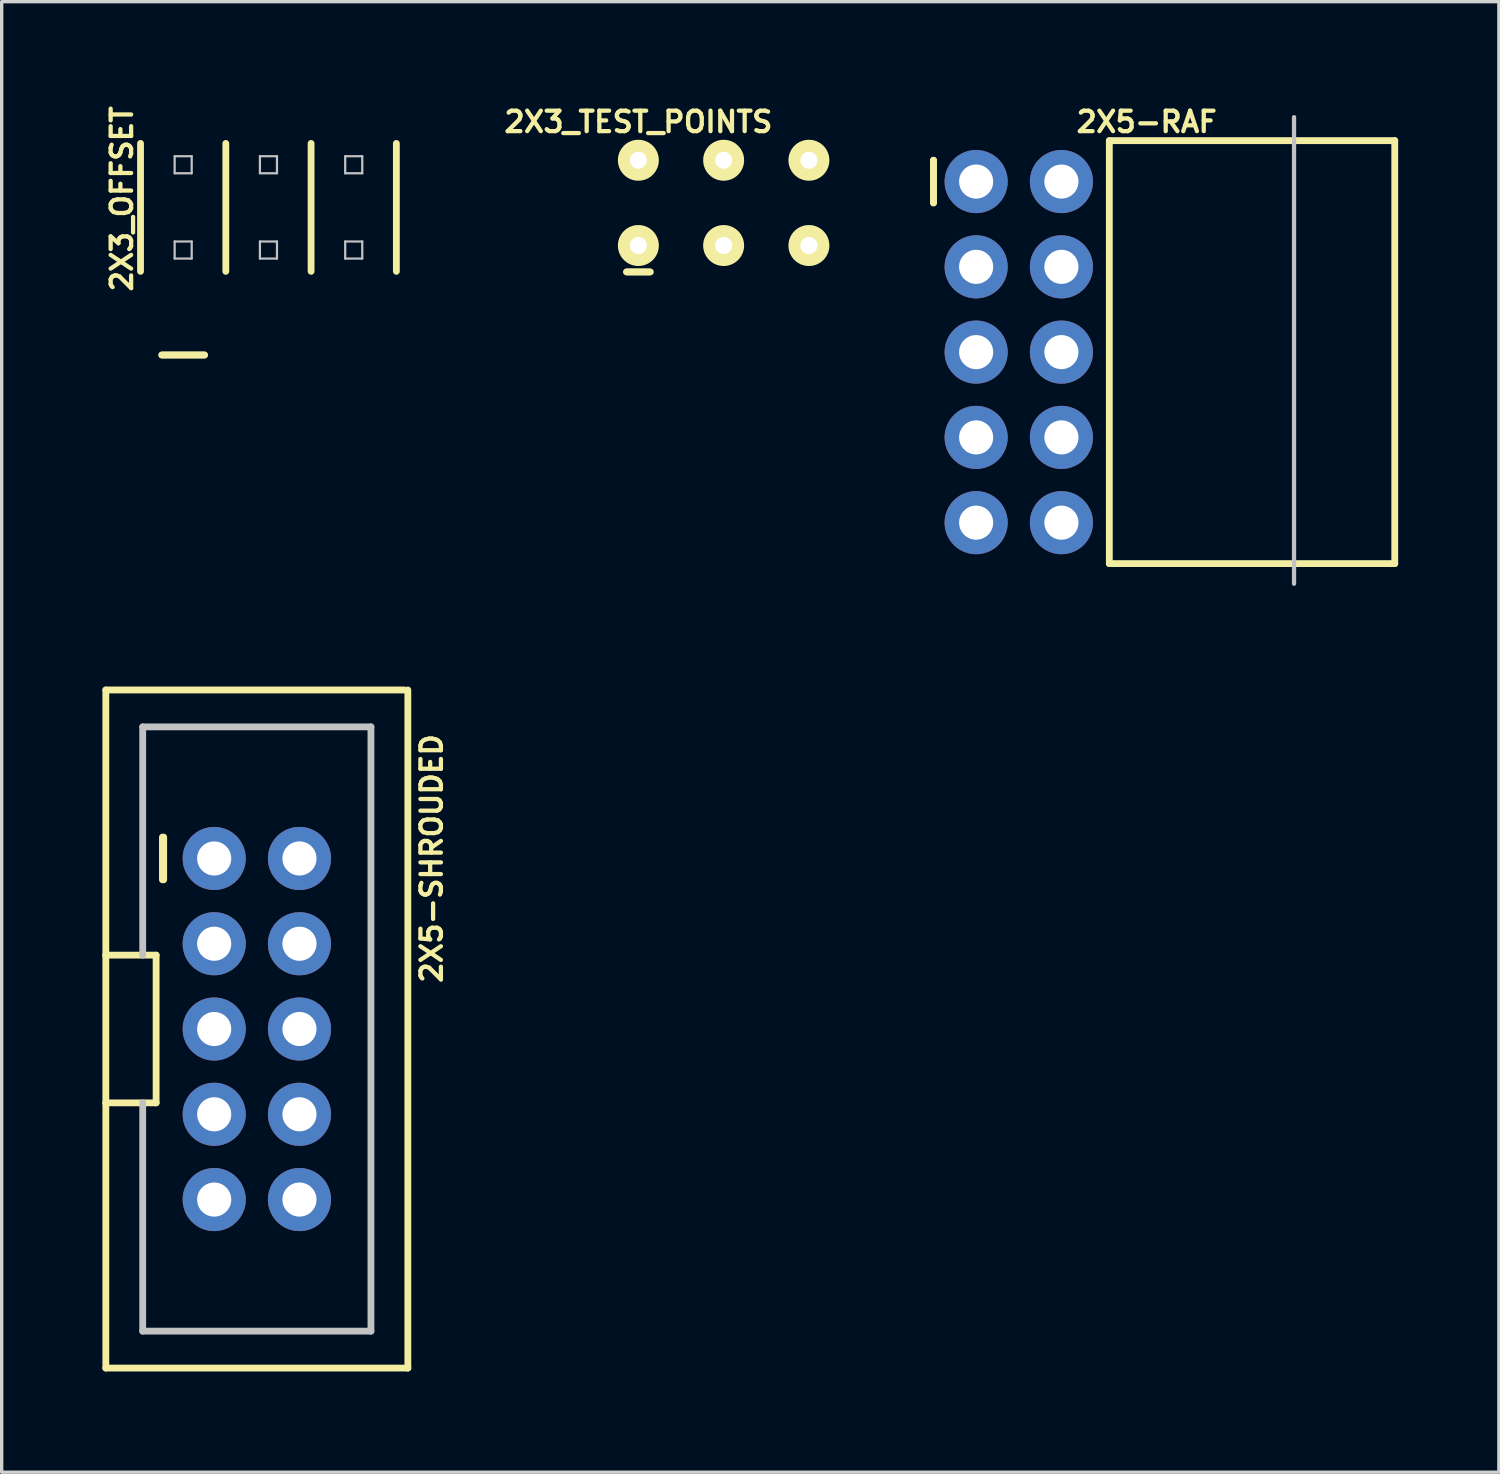
<source format=kicad_pcb>
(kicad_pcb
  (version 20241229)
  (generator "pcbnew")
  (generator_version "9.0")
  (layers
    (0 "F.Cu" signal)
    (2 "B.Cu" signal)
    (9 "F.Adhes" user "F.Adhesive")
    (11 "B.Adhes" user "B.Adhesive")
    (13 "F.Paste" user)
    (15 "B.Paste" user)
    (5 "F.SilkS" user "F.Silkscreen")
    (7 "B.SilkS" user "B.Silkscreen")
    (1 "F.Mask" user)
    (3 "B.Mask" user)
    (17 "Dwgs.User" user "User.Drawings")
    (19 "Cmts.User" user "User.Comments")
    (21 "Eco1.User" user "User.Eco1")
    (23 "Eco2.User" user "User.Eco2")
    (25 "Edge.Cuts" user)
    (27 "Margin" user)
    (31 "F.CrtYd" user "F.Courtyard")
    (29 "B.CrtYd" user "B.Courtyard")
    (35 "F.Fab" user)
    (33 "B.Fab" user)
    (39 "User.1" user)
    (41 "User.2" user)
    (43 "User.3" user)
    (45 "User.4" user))
  (footprint "2X3_OFFSET"
    (layer "F.Cu")
    (at 4.946 3.127)
    (property "Reference" "2X3_OFFSET" (at -4.366 -0.254 90) (layer "F.SilkS") (effects (font (size 0.61 0.61) (thickness 0.127))))
    (attr exclude_from_pos_files exclude_from_bom)
    (fp_line (start -3.81 1.905) (end -3.81 -1.905) (stroke (width 0.203) (type solid)) (layer "F.SilkS"))
    (fp_line (start -3.175 4.397) (end -1.905 4.397) (stroke (width 0.203) (type solid)) (layer "F.SilkS"))
    (fp_line (start -1.905 4.397) (end -3.175 4.397) (stroke (width 0.203) (type solid)) (layer "F.SilkS"))
    (fp_line (start -1.27 -1.905) (end -1.27 1.905) (stroke (width 0.203) (type solid)) (layer "F.SilkS"))
    (fp_line (start 1.27 -1.905) (end 1.27 1.905) (stroke (width 0.203) (type solid)) (layer "F.SilkS"))
    (fp_line (start 3.81 -1.905) (end 3.81 1.905) (stroke (width 0.203) (type solid)) (layer "F.SilkS"))
    (fp_line (start -2.794 -1.524) (end -2.286 -1.524) (stroke (width 0.066) (type solid)) (layer "Dwgs.User"))
    (fp_line (start -2.794 -1.016) (end -2.794 -1.524) (stroke (width 0.066) (type solid)) (layer "Dwgs.User"))
    (fp_line (start -2.794 -1.016) (end -2.286 -1.016) (stroke (width 0.066) (type solid)) (layer "Dwgs.User"))
    (fp_line (start -2.794 1.016) (end -2.286 1.016) (stroke (width 0.066) (type solid)) (layer "Dwgs.User"))
    (fp_line (start -2.794 1.524) (end -2.794 1.016) (stroke (width 0.066) (type solid)) (layer "Dwgs.User"))
    (fp_line (start -2.794 1.524) (end -2.286 1.524) (stroke (width 0.066) (type solid)) (layer "Dwgs.User"))
    (fp_line (start -2.286 -1.016) (end -2.286 -1.524) (stroke (width 0.066) (type solid)) (layer "Dwgs.User"))
    (fp_line (start -2.286 1.524) (end -2.286 1.016) (stroke (width 0.066) (type solid)) (layer "Dwgs.User"))
    (fp_line (start -0.254 -1.524) (end 0.254 -1.524) (stroke (width 0.066) (type solid)) (layer "Dwgs.User"))
    (fp_line (start -0.254 -1.016) (end -0.254 -1.524) (stroke (width 0.066) (type solid)) (layer "Dwgs.User"))
    (fp_line (start -0.254 -1.016) (end 0.254 -1.016) (stroke (width 0.066) (type solid)) (layer "Dwgs.User"))
    (fp_line (start -0.254 1.016) (end 0.254 1.016) (stroke (width 0.066) (type solid)) (layer "Dwgs.User"))
    (fp_line (start -0.254 1.524) (end -0.254 1.016) (stroke (width 0.066) (type solid)) (layer "Dwgs.User"))
    (fp_line (start -0.254 1.524) (end 0.254 1.524) (stroke (width 0.066) (type solid)) (layer "Dwgs.User"))
    (fp_line (start 0.254 -1.016) (end 0.254 -1.524) (stroke (width 0.066) (type solid)) (layer "Dwgs.User"))
    (fp_line (start 0.254 1.524) (end 0.254 1.016) (stroke (width 0.066) (type solid)) (layer "Dwgs.User"))
    (fp_line (start 2.286 -1.524) (end 2.794 -1.524) (stroke (width 0.066) (type solid)) (layer "Dwgs.User"))
    (fp_line (start 2.286 -1.016) (end 2.286 -1.524) (stroke (width 0.066) (type solid)) (layer "Dwgs.User"))
    (fp_line (start 2.286 -1.016) (end 2.794 -1.016) (stroke (width 0.066) (type solid)) (layer "Dwgs.User"))
    (fp_line (start 2.286 1.016) (end 2.794 1.016) (stroke (width 0.066) (type solid)) (layer "Dwgs.User"))
    (fp_line (start 2.286 1.524) (end 2.286 1.016) (stroke (width 0.066) (type solid)) (layer "Dwgs.User"))
    (fp_line (start 2.286 1.524) (end 2.794 1.524) (stroke (width 0.066) (type solid)) (layer "Dwgs.User"))
    (fp_line (start 2.794 -1.016) (end 2.794 -1.524) (stroke (width 0.066) (type solid)) (layer "Dwgs.User"))
    (fp_line (start 2.794 1.524) (end 2.794 1.016) (stroke (width 0.066) (type solid)) (layer "Dwgs.User"))
    (pad "1" thru_hole rect (at -2.54 1.27) (size 0.001 0.001) (drill 1.118) (layers "*.Cu" "*.Mask"))
    (pad "2" thru_hole rect (at -2.54 -1.27) (size 0.001 0.001) (drill 1.118) (layers "*.Cu" "*.Mask"))
    (pad "3" thru_hole rect (at 0 1.27) (size 0.001 0.001) (drill 1.118) (layers "*.Cu" "*.Mask"))
    (pad "4" thru_hole rect (at 0 -1.27) (size 0.001 0.001) (drill 1.118) (layers "*.Cu" "*.Mask"))
    (pad "5" thru_hole rect (at 2.54 1.27) (size 0.001 0.001) (drill 1.118) (layers "*.Cu" "*.Mask"))
    (pad "6" thru_hole rect (at 2.54 -1.27) (size 0.001 0.001) (drill 1.118) (layers "*.Cu" "*.Mask")))
  (footprint "2X5-SHROUDED"
    (layer "F.Cu")
    (at 4.6 27.6)
    (property "Reference" "2X5-SHROUDED" (at 5.207 -5.08 90) (layer "F.SilkS") (effects (font (size 0.61 0.61) (thickness 0.127))))
    (attr exclude_from_pos_files exclude_from_bom)
    (fp_line (start -4.498 -10.099) (end 4.399 -10.099) (stroke (width 0.203) (type solid)) (layer "F.SilkS"))
    (fp_line (start -4.498 -2.2) (end -4.498 -10.099) (stroke (width 0.203) (type solid)) (layer "F.SilkS"))
    (fp_line (start -4.498 -2.2) (end -3 -2.2) (stroke (width 0.203) (type solid)) (layer "F.SilkS"))
    (fp_line (start -4.498 2.2) (end -4.498 -2.2) (stroke (width 0.203) (type solid)) (layer "F.SilkS"))
    (fp_line (start -4.498 10.099) (end -4.498 2.2) (stroke (width 0.203) (type solid)) (layer "F.SilkS"))
    (fp_line (start -3 -2.2) (end -3 2.2) (stroke (width 0.203) (type solid)) (layer "F.SilkS"))
    (fp_line (start -3 2.2) (end -4.498 2.2) (stroke (width 0.203) (type solid)) (layer "F.SilkS"))
    (fp_line (start -2.812 -5.715) (end -2.812 -4.445) (stroke (width 0.203) (type solid)) (layer "F.SilkS"))
    (fp_line (start -2.774 -5.715) (end -2.774 -4.445) (stroke (width 0.203) (type solid)) (layer "F.SilkS"))
    (fp_line (start 4.498 -10.099) (end 4.498 10.099) (stroke (width 0.203) (type solid)) (layer "F.SilkS"))
    (fp_line (start 4.498 10.099) (end -4.498 10.099) (stroke (width 0.203) (type solid)) (layer "F.SilkS"))
    (fp_line (start -3.399 -8.999) (end -3.399 -2.2) (stroke (width 0.203) (type solid)) (layer "Dwgs.User"))
    (fp_line (start -3.399 -8.999) (end 3.399 -8.999) (stroke (width 0.203) (type solid)) (layer "Dwgs.User"))
    (fp_line (start -3.399 8.999) (end -3.399 2.2) (stroke (width 0.203) (type solid)) (layer "Dwgs.User"))
    (fp_line (start -3.399 8.999) (end 3.399 8.999) (stroke (width 0.203) (type solid)) (layer "Dwgs.User"))
    (fp_line (start -1.524 -5.334) (end -1.016 -5.334) (stroke (width 0.066) (type solid)) (layer "Dwgs.User"))
    (fp_line (start -1.524 -4.826) (end -1.524 -5.334) (stroke (width 0.066) (type solid)) (layer "Dwgs.User"))
    (fp_line (start -1.524 -4.826) (end -1.016 -4.826) (stroke (width 0.066) (type solid)) (layer "Dwgs.User"))
    (fp_line (start -1.524 -2.794) (end -1.016 -2.794) (stroke (width 0.066) (type solid)) (layer "Dwgs.User"))
    (fp_line (start -1.524 -2.286) (end -1.524 -2.794) (stroke (width 0.066) (type solid)) (layer "Dwgs.User"))
    (fp_line (start -1.524 -2.286) (end -1.016 -2.286) (stroke (width 0.066) (type solid)) (layer "Dwgs.User"))
    (fp_line (start -1.524 -0.254) (end -1.016 -0.254) (stroke (width 0.066) (type solid)) (layer "Dwgs.User"))
    (fp_line (start -1.524 0.254) (end -1.524 -0.254) (stroke (width 0.066) (type solid)) (layer "Dwgs.User"))
    (fp_line (start -1.524 0.254) (end -1.016 0.254) (stroke (width 0.066) (type solid)) (layer "Dwgs.User"))
    (fp_line (start -1.524 2.286) (end -1.016 2.286) (stroke (width 0.066) (type solid)) (layer "Dwgs.User"))
    (fp_line (start -1.524 2.286) (end -1.016 2.286) (stroke (width 0.066) (type solid)) (layer "Dwgs.User"))
    (fp_line (start -1.524 2.794) (end -1.524 2.286) (stroke (width 0.066) (type solid)) (layer "Dwgs.User"))
    (fp_line (start -1.524 2.794) (end -1.524 2.286) (stroke (width 0.066) (type solid)) (layer "Dwgs.User"))
    (fp_line (start -1.524 2.794) (end -1.016 2.794) (stroke (width 0.066) (type solid)) (layer "Dwgs.User"))
    (fp_line (start -1.524 2.794) (end -1.016 2.794) (stroke (width 0.066) (type solid)) (layer "Dwgs.User"))
    (fp_line (start -1.524 4.826) (end -1.016 4.826) (stroke (width 0.066) (type solid)) (layer "Dwgs.User"))
    (fp_line (start -1.524 5.334) (end -1.524 4.826) (stroke (width 0.066) (type solid)) (layer "Dwgs.User"))
    (fp_line (start -1.524 5.334) (end -1.016 5.334) (stroke (width 0.066) (type solid)) (layer "Dwgs.User"))
    (fp_line (start -1.016 -4.826) (end -1.016 -5.334) (stroke (width 0.066) (type solid)) (layer "Dwgs.User"))
    (fp_line (start -1.016 -2.286) (end -1.016 -2.794) (stroke (width 0.066) (type solid)) (layer "Dwgs.User"))
    (fp_line (start -1.016 0.254) (end -1.016 -0.254) (stroke (width 0.066) (type solid)) (layer "Dwgs.User"))
    (fp_line (start -1.016 2.794) (end -1.016 2.286) (stroke (width 0.066) (type solid)) (layer "Dwgs.User"))
    (fp_line (start -1.016 2.794) (end -1.016 2.286) (stroke (width 0.066) (type solid)) (layer "Dwgs.User"))
    (fp_line (start -1.016 5.334) (end -1.016 4.826) (stroke (width 0.066) (type solid)) (layer "Dwgs.User"))
    (fp_line (start 1.016 -5.334) (end 1.524 -5.334) (stroke (width 0.066) (type solid)) (layer "Dwgs.User"))
    (fp_line (start 1.016 -4.826) (end 1.016 -5.334) (stroke (width 0.066) (type solid)) (layer "Dwgs.User"))
    (fp_line (start 1.016 -4.826) (end 1.524 -4.826) (stroke (width 0.066) (type solid)) (layer "Dwgs.User"))
    (fp_line (start 1.016 -2.794) (end 1.524 -2.794) (stroke (width 0.066) (type solid)) (layer "Dwgs.User"))
    (fp_line (start 1.016 -2.286) (end 1.016 -2.794) (stroke (width 0.066) (type solid)) (layer "Dwgs.User"))
    (fp_line (start 1.016 -2.286) (end 1.524 -2.286) (stroke (width 0.066) (type solid)) (layer "Dwgs.User"))
    (fp_line (start 1.016 -0.254) (end 1.524 -0.254) (stroke (width 0.066) (type solid)) (layer "Dwgs.User"))
    (fp_line (start 1.016 0.254) (end 1.016 -0.254) (stroke (width 0.066) (type solid)) (layer "Dwgs.User"))
    (fp_line (start 1.016 0.254) (end 1.524 0.254) (stroke (width 0.066) (type solid)) (layer "Dwgs.User"))
    (fp_line (start 1.016 2.286) (end 1.524 2.286) (stroke (width 0.066) (type solid)) (layer "Dwgs.User"))
    (fp_line (start 1.016 2.286) (end 1.524 2.286) (stroke (width 0.066) (type solid)) (layer "Dwgs.User"))
    (fp_line (start 1.016 2.794) (end 1.016 2.286) (stroke (width 0.066) (type solid)) (layer "Dwgs.User"))
    (fp_line (start 1.016 2.794) (end 1.016 2.286) (stroke (width 0.066) (type solid)) (layer "Dwgs.User"))
    (fp_line (start 1.016 2.794) (end 1.524 2.794) (stroke (width 0.066) (type solid)) (layer "Dwgs.User"))
    (fp_line (start 1.016 2.794) (end 1.524 2.794) (stroke (width 0.066) (type solid)) (layer "Dwgs.User"))
    (fp_line (start 1.016 4.826) (end 1.524 4.826) (stroke (width 0.066) (type solid)) (layer "Dwgs.User"))
    (fp_line (start 1.016 5.334) (end 1.016 4.826) (stroke (width 0.066) (type solid)) (layer "Dwgs.User"))
    (fp_line (start 1.016 5.334) (end 1.524 5.334) (stroke (width 0.066) (type solid)) (layer "Dwgs.User"))
    (fp_line (start 1.524 -4.826) (end 1.524 -5.334) (stroke (width 0.066) (type solid)) (layer "Dwgs.User"))
    (fp_line (start 1.524 -2.286) (end 1.524 -2.794) (stroke (width 0.066) (type solid)) (layer "Dwgs.User"))
    (fp_line (start 1.524 0.254) (end 1.524 -0.254) (stroke (width 0.066) (type solid)) (layer "Dwgs.User"))
    (fp_line (start 1.524 2.794) (end 1.524 2.286) (stroke (width 0.066) (type solid)) (layer "Dwgs.User"))
    (fp_line (start 1.524 2.794) (end 1.524 2.286) (stroke (width 0.066) (type solid)) (layer "Dwgs.User"))
    (fp_line (start 1.524 5.334) (end 1.524 4.826) (stroke (width 0.066) (type solid)) (layer "Dwgs.User"))
    (fp_line (start 3.399 -8.999) (end 3.399 8.999) (stroke (width 0.203) (type solid)) (layer "Dwgs.User"))
    (pad "1" thru_hole circle (at -1.27 -5.08) (size 1.88 1.88) (drill 1.016) (layers "*.Cu" "*.Mask"))
    (pad "2" thru_hole circle (at 1.27 -5.08) (size 1.88 1.88) (drill 1.016) (layers "*.Cu" "*.Mask"))
    (pad "3" thru_hole circle (at -1.27 -2.54) (size 1.88 1.88) (drill 1.016) (layers "*.Cu" "*.Mask"))
    (pad "4" thru_hole circle (at 1.27 -2.54) (size 1.88 1.88) (drill 1.016) (layers "*.Cu" "*.Mask"))
    (pad "5" thru_hole circle (at -1.27 0) (size 1.88 1.88) (drill 1.016) (layers "*.Cu" "*.Mask"))
    (pad "6" thru_hole circle (at 1.27 0) (size 1.88 1.88) (drill 1.016) (layers "*.Cu" "*.Mask"))
    (pad "7" thru_hole circle (at -1.27 2.54) (size 1.88 1.88) (drill 1.016) (layers "*.Cu" "*.Mask"))
    (pad "8" thru_hole circle (at 1.27 2.54) (size 1.88 1.88) (drill 1.016) (layers "*.Cu" "*.Mask"))
    (pad "9" thru_hole circle (at -1.27 5.08) (size 1.88 1.88) (drill 1.016) (layers "*.Cu" "*.Mask"))
    (pad "10" thru_hole circle (at 1.27 5.08) (size 1.88 1.88) (drill 1.016) (layers "*.Cu" "*.Mask")))
  (footprint "2X5-RAF"
    (layer "F.Cu")
    (at 27.295 7.438)
    (property "Reference" "2X5-RAF" (at 3.81 -6.858 0) (layer "F.SilkS") (effects (font (size 0.61 0.61) (thickness 0.127))))
    (attr exclude_from_pos_files exclude_from_bom)
    (fp_line (start -2.54 -5.715) (end -2.54 -4.445) (stroke (width 0.203) (type solid)) (layer "F.SilkS"))
    (fp_line (start -2.54 -5.715) (end -2.54 -4.445) (stroke (width 0.203) (type solid)) (layer "F.SilkS"))
    (fp_line (start 2.697 -6.299) (end 11.199 -6.299) (stroke (width 0.203) (type solid)) (layer "F.SilkS"))
    (fp_line (start 2.697 6.299) (end 2.697 -6.299) (stroke (width 0.203) (type solid)) (layer "F.SilkS"))
    (fp_line (start 11.199 -6.299) (end 11.199 6.299) (stroke (width 0.203) (type solid)) (layer "F.SilkS"))
    (fp_line (start 11.199 6.299) (end 2.697 6.299) (stroke (width 0.203) (type solid)) (layer "F.SilkS"))
    (fp_line (start 8.199 -6.998) (end 8.199 6.899) (stroke (width 0.127) (type solid)) (layer "Dwgs.User"))
    (pad "1" thru_hole circle (at -1.27 -5.08) (size 1.88 1.88) (drill 1.016) (layers "*.Cu" "*.Mask"))
    (pad "2" thru_hole circle (at 1.27 -5.08) (size 1.88 1.88) (drill 1.016) (layers "*.Cu" "*.Mask"))
    (pad "3" thru_hole circle (at -1.27 -2.54) (size 1.88 1.88) (drill 1.016) (layers "*.Cu" "*.Mask"))
    (pad "4" thru_hole circle (at 1.27 -2.54) (size 1.88 1.88) (drill 1.016) (layers "*.Cu" "*.Mask"))
    (pad "5" thru_hole circle (at -1.27 0) (size 1.88 1.88) (drill 1.016) (layers "*.Cu" "*.Mask"))
    (pad "6" thru_hole circle (at 1.27 0) (size 1.88 1.88) (drill 1.016) (layers "*.Cu" "*.Mask"))
    (pad "7" thru_hole circle (at -1.27 2.54) (size 1.88 1.88) (drill 1.016) (layers "*.Cu" "*.Mask"))
    (pad "8" thru_hole circle (at 1.27 2.54) (size 1.88 1.88) (drill 1.016) (layers "*.Cu" "*.Mask"))
    (pad "9" thru_hole circle (at -1.27 5.08) (size 1.88 1.88) (drill 1.016) (layers "*.Cu" "*.Mask"))
    (pad "10" thru_hole circle (at 1.27 5.08) (size 1.88 1.88) (drill 1.016) (layers "*.Cu" "*.Mask")))
  (footprint "2X3_TEST_POINTS"
    (layer "F.Cu")
    (at 18.504 2.993)
    (property "Reference" "2X3_TEST_POINTS" (at -2.54 -2.413 0) (layer "F.SilkS") (effects (font (size 0.61 0.61) (thickness 0.127))))
    (attr exclude_from_pos_files exclude_from_bom)
    (fp_line (start -2.896 2.057) (end -2.207 2.057) (stroke (width 0.203) (type solid)) (layer "F.SilkS"))
    (fp_line (start -2.182 2.057) (end -2.87 2.057) (stroke (width 0.203) (type solid)) (layer "F.SilkS"))
    (fp_circle (center -2.54 -1.27) (end -2.54 -1.88) (stroke (width 0) (type solid)) (fill yes) (layer "F.SilkS"))
    (fp_circle (center -2.54 1.27) (end -2.54 0.66) (stroke (width 0) (type solid)) (fill yes) (layer "F.SilkS"))
    (fp_circle (center 0 -1.27) (end 0 -1.88) (stroke (width 0) (type solid)) (fill yes) (layer "F.SilkS"))
    (fp_circle (center 0 1.27) (end 0 0.66) (stroke (width 0) (type solid)) (fill yes) (layer "F.SilkS"))
    (fp_circle (center 2.54 -1.27) (end 2.54 -1.88) (stroke (width 0) (type solid)) (fill yes) (layer "F.SilkS"))
    (fp_circle (center 2.54 1.27) (end 2.54 0.66) (stroke (width 0) (type solid)) (fill yes) (layer "F.SilkS"))
    (pad "1" thru_hole circle (at -2.54 1.27) (size 1.016 1.016) (drill 0.508) (layers "*.Cu" "*.Mask"))
    (pad "2" thru_hole circle (at -2.54 -1.27) (size 1.016 1.016) (drill 0.508) (layers "*.Cu" "*.Mask"))
    (pad "3" thru_hole circle (at 0 1.27) (size 1.016 1.016) (drill 0.508) (layers "*.Cu" "*.Mask"))
    (pad "4" thru_hole circle (at 0 -1.27) (size 1.016 1.016) (drill 0.508) (layers "*.Cu" "*.Mask"))
    (pad "5" thru_hole circle (at 2.54 1.27) (size 1.016 1.016) (drill 0.508) (layers "*.Cu" "*.Mask"))
    (pad "6" thru_hole circle (at 2.54 -1.27) (size 1.016 1.016) (drill 0.508) (layers "*.Cu" "*.Mask")))
  (gr_rect
    (start -3 -3)
    (end 41.595 40.801)
    (stroke (width 0.1) (type default))
    (fill no)
    (layer "Edge.Cuts")))
</source>
